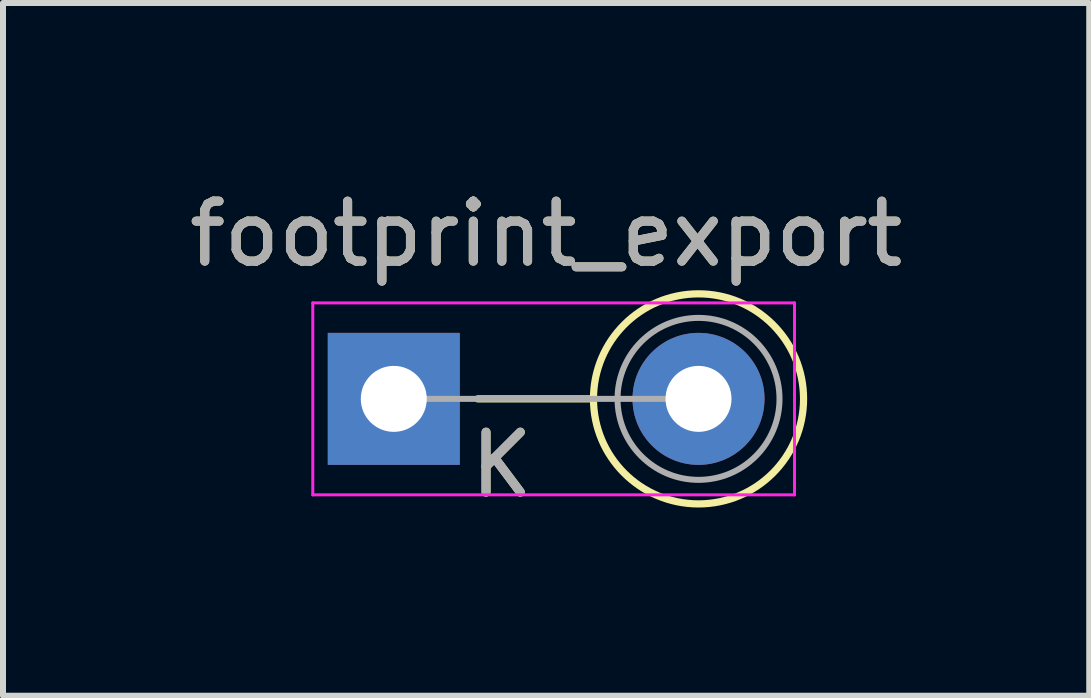
<source format=kicad_pcb>
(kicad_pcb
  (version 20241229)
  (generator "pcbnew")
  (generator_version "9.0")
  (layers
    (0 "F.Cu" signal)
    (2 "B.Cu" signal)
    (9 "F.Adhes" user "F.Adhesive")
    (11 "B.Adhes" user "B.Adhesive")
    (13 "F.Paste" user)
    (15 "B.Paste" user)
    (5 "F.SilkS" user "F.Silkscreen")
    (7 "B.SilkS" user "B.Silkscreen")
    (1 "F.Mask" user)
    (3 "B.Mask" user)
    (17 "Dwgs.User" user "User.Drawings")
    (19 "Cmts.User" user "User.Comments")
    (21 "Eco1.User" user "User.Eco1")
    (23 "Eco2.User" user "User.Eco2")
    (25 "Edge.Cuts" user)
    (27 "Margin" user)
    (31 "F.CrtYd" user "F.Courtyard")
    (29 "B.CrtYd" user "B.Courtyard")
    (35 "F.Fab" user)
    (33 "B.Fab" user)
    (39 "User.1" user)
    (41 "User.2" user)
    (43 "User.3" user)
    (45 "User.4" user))
  (footprint "footprint_export"
    (layer "F.Cu")
    (at 3.514 3.599)
    (property "Reference" "footprint_export" (at 2.54 -2.751 0) (layer "F.SilkS") (effects (font (size 1 1) (thickness 0.15))))
    (attr through_hole)
    (fp_line (start 3.329 0) (end 1.4 0) (stroke (width 0.12) (type solid)) (layer "F.SilkS"))
    (fp_circle (center 5.08 0) (end 6.831 0) (stroke (width 0.12) (type solid)) (fill no) (layer "F.SilkS"))
    (fp_line (start -1.35 -1.6) (end -1.35 1.6) (stroke (width 0.05) (type solid)) (layer "F.CrtYd"))
    (fp_line (start -1.35 1.6) (end 6.68 1.6) (stroke (width 0.05) (type solid)) (layer "F.CrtYd"))
    (fp_line (start 6.68 -1.6) (end -1.35 -1.6) (stroke (width 0.05) (type solid)) (layer "F.CrtYd"))
    (fp_line (start 6.68 1.6) (end 6.68 -1.6) (stroke (width 0.05) (type solid)) (layer "F.CrtYd"))
    (fp_line (start 0 0) (end 5.08 0) (stroke (width 0.1) (type solid)) (layer "F.Fab"))
    (fp_circle (center 5.08 0) (end 6.43 0) (stroke (width 0.1) (type solid)) (fill no) (layer "F.Fab"))
    (fp_text user "K" (at 1.8 1.1 0) (layer "F.SilkS") (effects (font (size 1 1) (thickness 0.15))))
    (fp_text user "${REFERENCE}" (at 2.54 -2.751 0) (layer "F.Fab") (effects (font (size 1 1) (thickness 0.15))))
    (fp_text user "K" (at 1.8 1.1 0) (layer "F.Fab") (effects (font (size 1 1) (thickness 0.15))))
    (pad "1" thru_hole rect (at 0 0) (size 2.2 2.2) (drill 1.1) (layers "*.Cu" "*.Mask"))
    (pad "2" thru_hole oval (at 5.08 0) (size 2.2 2.2) (drill 1.1) (layers "*.Cu" "*.Mask")))
  (gr_rect
    (start -3 -3)
    (end 15.107 8.547)
    (stroke (width 0.1) (type default))
    (fill no)
    (layer "Edge.Cuts")))
</source>
